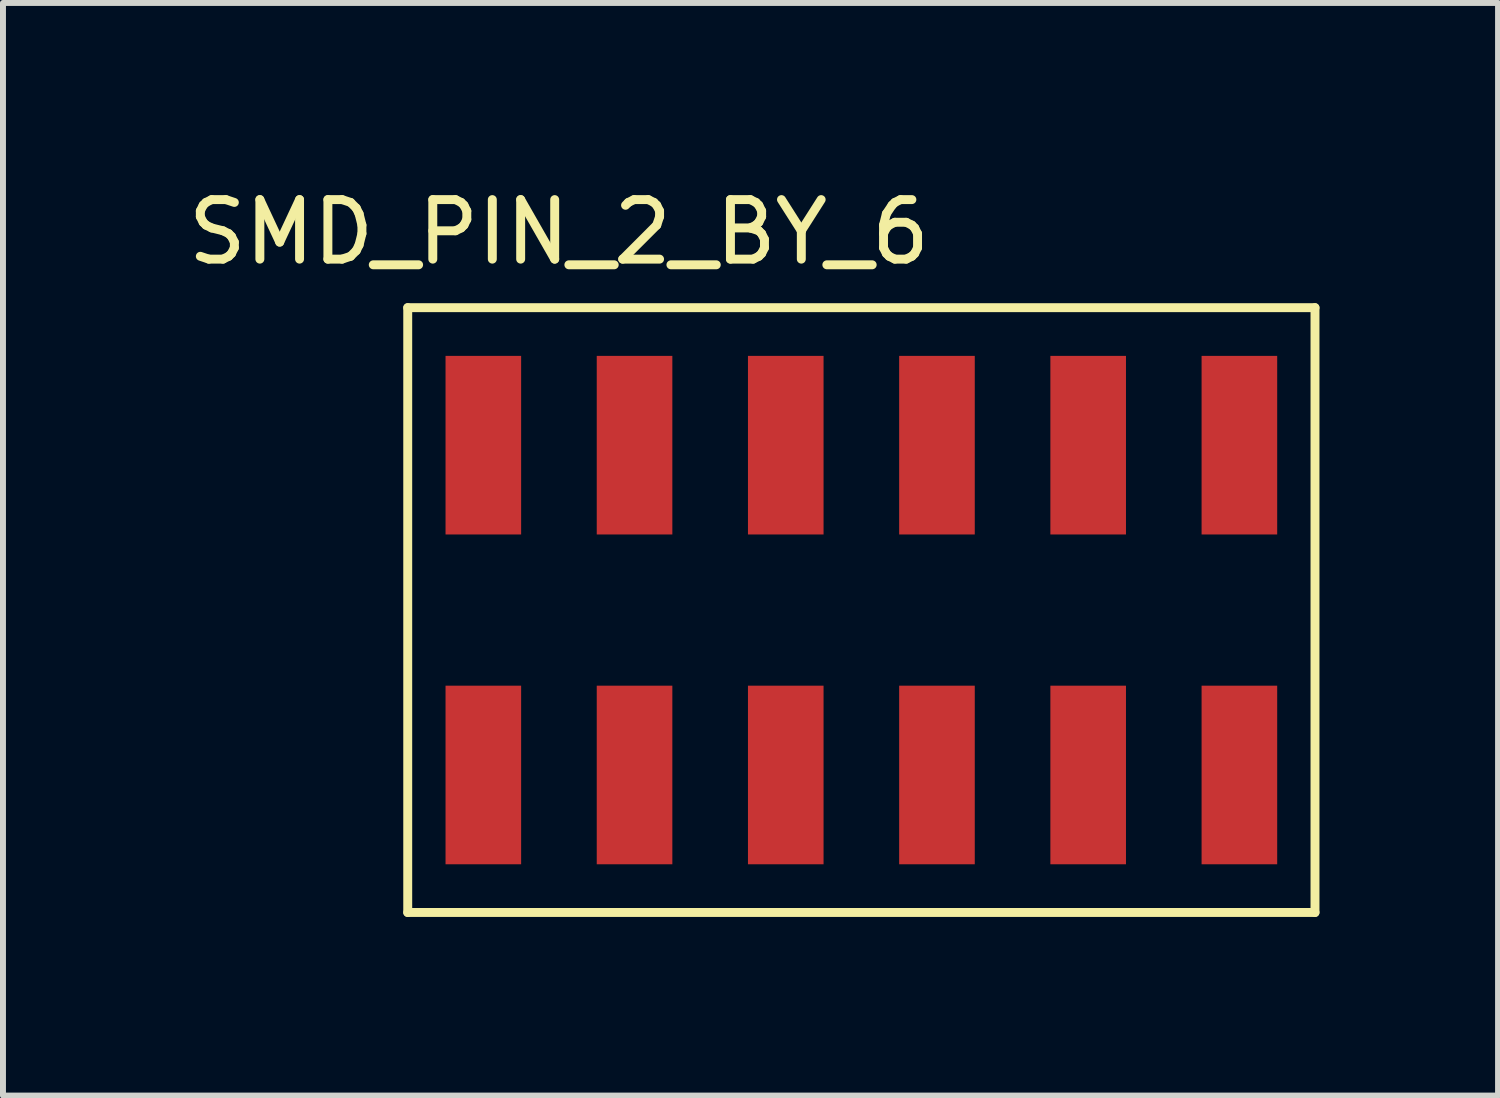
<source format=kicad_pcb>
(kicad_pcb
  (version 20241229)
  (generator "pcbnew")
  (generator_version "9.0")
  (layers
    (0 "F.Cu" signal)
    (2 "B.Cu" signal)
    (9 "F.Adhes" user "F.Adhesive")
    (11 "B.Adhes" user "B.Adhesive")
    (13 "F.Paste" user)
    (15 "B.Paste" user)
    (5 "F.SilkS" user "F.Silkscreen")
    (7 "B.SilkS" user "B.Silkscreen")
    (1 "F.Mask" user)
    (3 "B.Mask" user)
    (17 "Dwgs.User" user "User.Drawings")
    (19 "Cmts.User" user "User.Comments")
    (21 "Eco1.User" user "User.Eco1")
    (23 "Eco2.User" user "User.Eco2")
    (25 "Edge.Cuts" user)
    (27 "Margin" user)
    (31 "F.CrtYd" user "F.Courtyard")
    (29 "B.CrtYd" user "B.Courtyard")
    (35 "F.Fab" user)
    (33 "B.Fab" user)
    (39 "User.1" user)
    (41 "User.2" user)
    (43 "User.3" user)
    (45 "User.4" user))
  (footprint "SMD_PIN_2_BY_6"
    (layer "F.Cu")
    (at 5.069 5.928)
    (property "Reference" "SMD_PIN_2_BY_6" (at 1.27 -5.08 0) (layer "F.SilkS") (effects (font (size 1 1) (thickness 0.15))))
    (attr through_hole)
    (fp_line (start -1.27 -3.81) (end 13.97 -3.81) (stroke (width 0.15) (type solid)) (layer "F.SilkS"))
    (fp_line (start -1.27 6.35) (end -1.27 -3.81) (stroke (width 0.15) (type solid)) (layer "F.SilkS"))
    (fp_line (start 13.97 -3.81) (end 13.97 6.35) (stroke (width 0.15) (type solid)) (layer "F.SilkS"))
    (fp_line (start 13.97 6.35) (end -1.27 6.35) (stroke (width 0.15) (type solid)) (layer "F.SilkS"))
    (pad "1" smd rect (at 0 4.04) (size 1.27 3) (layers "F.Cu" "F.Mask" "F.Paste"))
    (pad "2" smd rect (at 0 -1.5) (size 1.27 3) (layers "F.Cu" "F.Mask" "F.Paste"))
    (pad "3" smd rect (at 2.54 4.04) (size 1.27 3) (layers "F.Cu" "F.Mask" "F.Paste"))
    (pad "4" smd rect (at 2.54 -1.5) (size 1.27 3) (layers "F.Cu" "F.Mask" "F.Paste"))
    (pad "5" smd rect (at 5.08 4.04) (size 1.27 3) (layers "F.Cu" "F.Mask" "F.Paste"))
    (pad "6" smd rect (at 5.08 -1.5) (size 1.27 3) (layers "F.Cu" "F.Mask" "F.Paste"))
    (pad "7" smd rect (at 7.62 4.04) (size 1.27 3) (layers "F.Cu" "F.Mask" "F.Paste"))
    (pad "8" smd rect (at 7.62 -1.5) (size 1.27 3) (layers "F.Cu" "F.Mask" "F.Paste"))
    (pad "9" smd rect (at 10.16 4.04) (size 1.27 3) (layers "F.Cu" "F.Mask" "F.Paste"))
    (pad "10" smd rect (at 10.16 -1.5) (size 1.27 3) (layers "F.Cu" "F.Mask" "F.Paste"))
    (pad "11" smd rect (at 12.7 4.04) (size 1.27 3) (layers "F.Cu" "F.Mask" "F.Paste"))
    (pad "12" smd rect (at 12.7 -1.5) (size 1.27 3) (layers "F.Cu" "F.Mask" "F.Paste")))
  (gr_rect
    (start -3 -3)
    (end 22.114 15.353)
    (stroke (width 0.1) (type default))
    (fill no)
    (layer "Edge.Cuts")))
</source>
